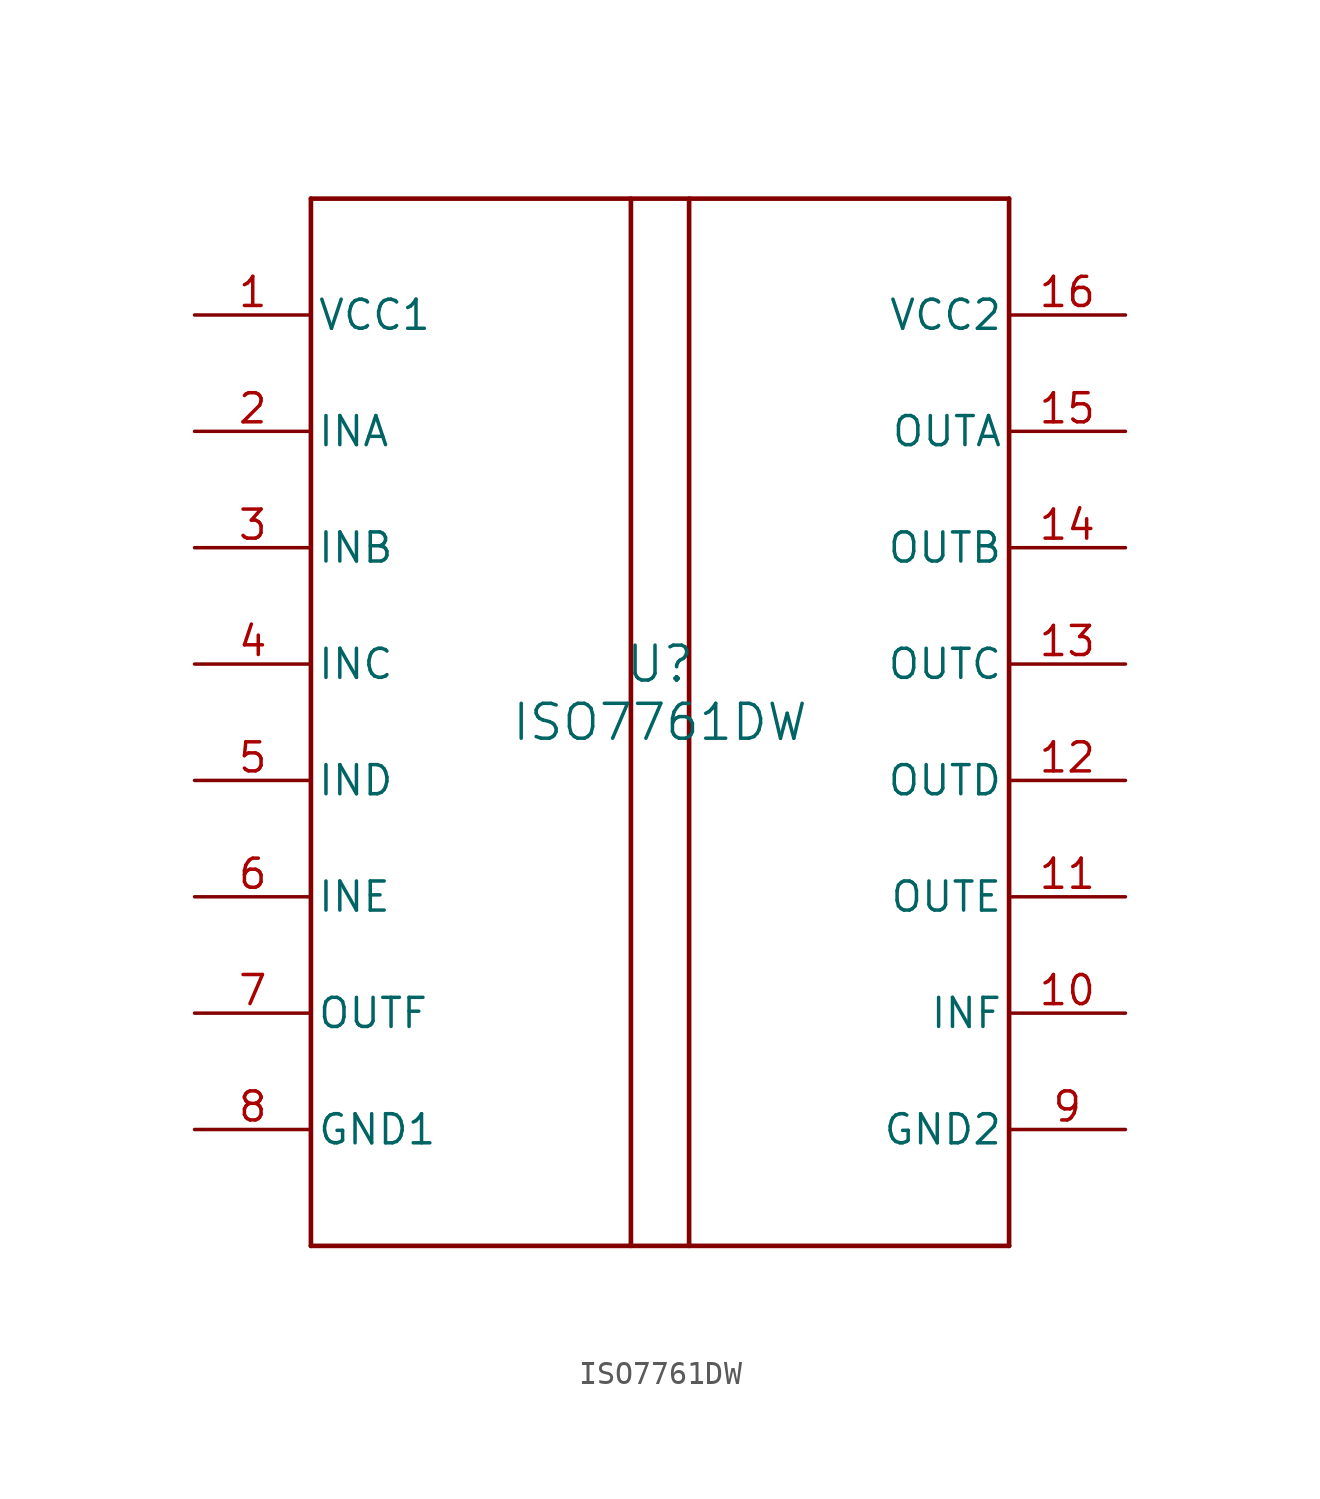
<source format=kicad_sym>
(kicad_symbol_lib
  (version 20211014)
  (generator kicad_symbol_editor)
  (symbol "ISO7761DW"
    (pin_names
      (offset 0.254))
    (property "Reference" "U"
      (at 0 2.54 0)
      (effects (font (size 1.524 1.524))))
    (property "Value" "ISO7761DW"
      (at 0 0 0)
      (effects (font (size 1.524 1.524))))
    (symbol "ISO7761DW_0_1"
      (polyline (pts (xy -15.24 -22.86) (xy 15.24 -22.86)) (stroke (width 0.203) (type default) (color 0 0 0 0)) (fill (type none)))
      (polyline (pts (xy 15.24 -22.86) (xy 15.24 22.86)) (stroke (width 0.203) (type default) (color 0 0 0 0)) (fill (type none)))
      (polyline (pts (xy 15.24 22.86) (xy -15.24 22.86)) (stroke (width 0.203) (type default) (color 0 0 0 0)) (fill (type none)))
      (polyline (pts (xy -15.24 22.86) (xy -15.24 -22.86)) (stroke (width 0.203) (type default) (color 0 0 0 0)) (fill (type none)))
      (polyline (pts (xy -1.27 -22.86) (xy -1.27 22.86)) (stroke (width 0.203) (type default) (color 0 0 0 0)) (fill (type none)))
      (polyline (pts (xy 1.27 -22.86) (xy 1.27 22.86)) (stroke (width 0.203) (type default) (color 0 0 0 0)) (fill (type none)))
      (pin power_in line (at -20.32 17.78 0) (length 5.08) (name "VCC1" (effects (font (size 1.27 1.27)))) (number "1" (effects (font (size 1.27 1.27)))))
      (pin input line (at -20.32 12.7 0) (length 5.08) (name "INA" (effects (font (size 1.27 1.27)))) (number "2" (effects (font (size 1.27 1.27)))))
      (pin input line (at -20.32 7.62 0) (length 5.08) (name "INB" (effects (font (size 1.27 1.27)))) (number "3" (effects (font (size 1.27 1.27)))))
      (pin input line (at -20.32 2.54 0) (length 5.08) (name "INC" (effects (font (size 1.27 1.27)))) (number "4" (effects (font (size 1.27 1.27)))))
      (pin input line (at -20.32 -2.54 0) (length 5.08) (name "IND" (effects (font (size 1.27 1.27)))) (number "5" (effects (font (size 1.27 1.27)))))
      (pin input line (at -20.32 -7.62 0) (length 5.08) (name "INE" (effects (font (size 1.27 1.27)))) (number "6" (effects (font (size 1.27 1.27)))))
      (pin output line (at -20.32 -12.7 0) (length 5.08) (name "OUTF" (effects (font (size 1.27 1.27)))) (number "7" (effects (font (size 1.27 1.27)))))
      (pin power_in line (at -20.32 -17.78 0) (length 5.08) (name "GND1" (effects (font (size 1.27 1.27)))) (number "8" (effects (font (size 1.27 1.27)))))
      (pin power_in line (at 20.32 -17.78 180) (length 5.08) (name "GND2" (effects (font (size 1.27 1.27)))) (number "9" (effects (font (size 1.27 1.27)))))
      (pin input line (at 20.32 -12.7 180) (length 5.08) (name "INF" (effects (font (size 1.27 1.27)))) (number "10" (effects (font (size 1.27 1.27)))))
      (pin output line (at 20.32 -7.62 180) (length 5.08) (name "OUTE" (effects (font (size 1.27 1.27)))) (number "11" (effects (font (size 1.27 1.27)))))
      (pin output line (at 20.32 -2.54 180) (length 5.08) (name "OUTD" (effects (font (size 1.27 1.27)))) (number "12" (effects (font (size 1.27 1.27)))))
      (pin output line (at 20.32 2.54 180) (length 5.08) (name "OUTC" (effects (font (size 1.27 1.27)))) (number "13" (effects (font (size 1.27 1.27)))))
      (pin output line (at 20.32 7.62 180) (length 5.08) (name "OUTB" (effects (font (size 1.27 1.27)))) (number "14" (effects (font (size 1.27 1.27)))))
      (pin output line (at 20.32 12.7 180) (length 5.08) (name "OUTA" (effects (font (size 1.27 1.27)))) (number "15" (effects (font (size 1.27 1.27)))))
      (pin power_in line (at 20.32 17.78 180) (length 5.08) (name "VCC2" (effects (font (size 1.27 1.27)))) (number "16" (effects (font (size 1.27 1.27))))))))
</source>
